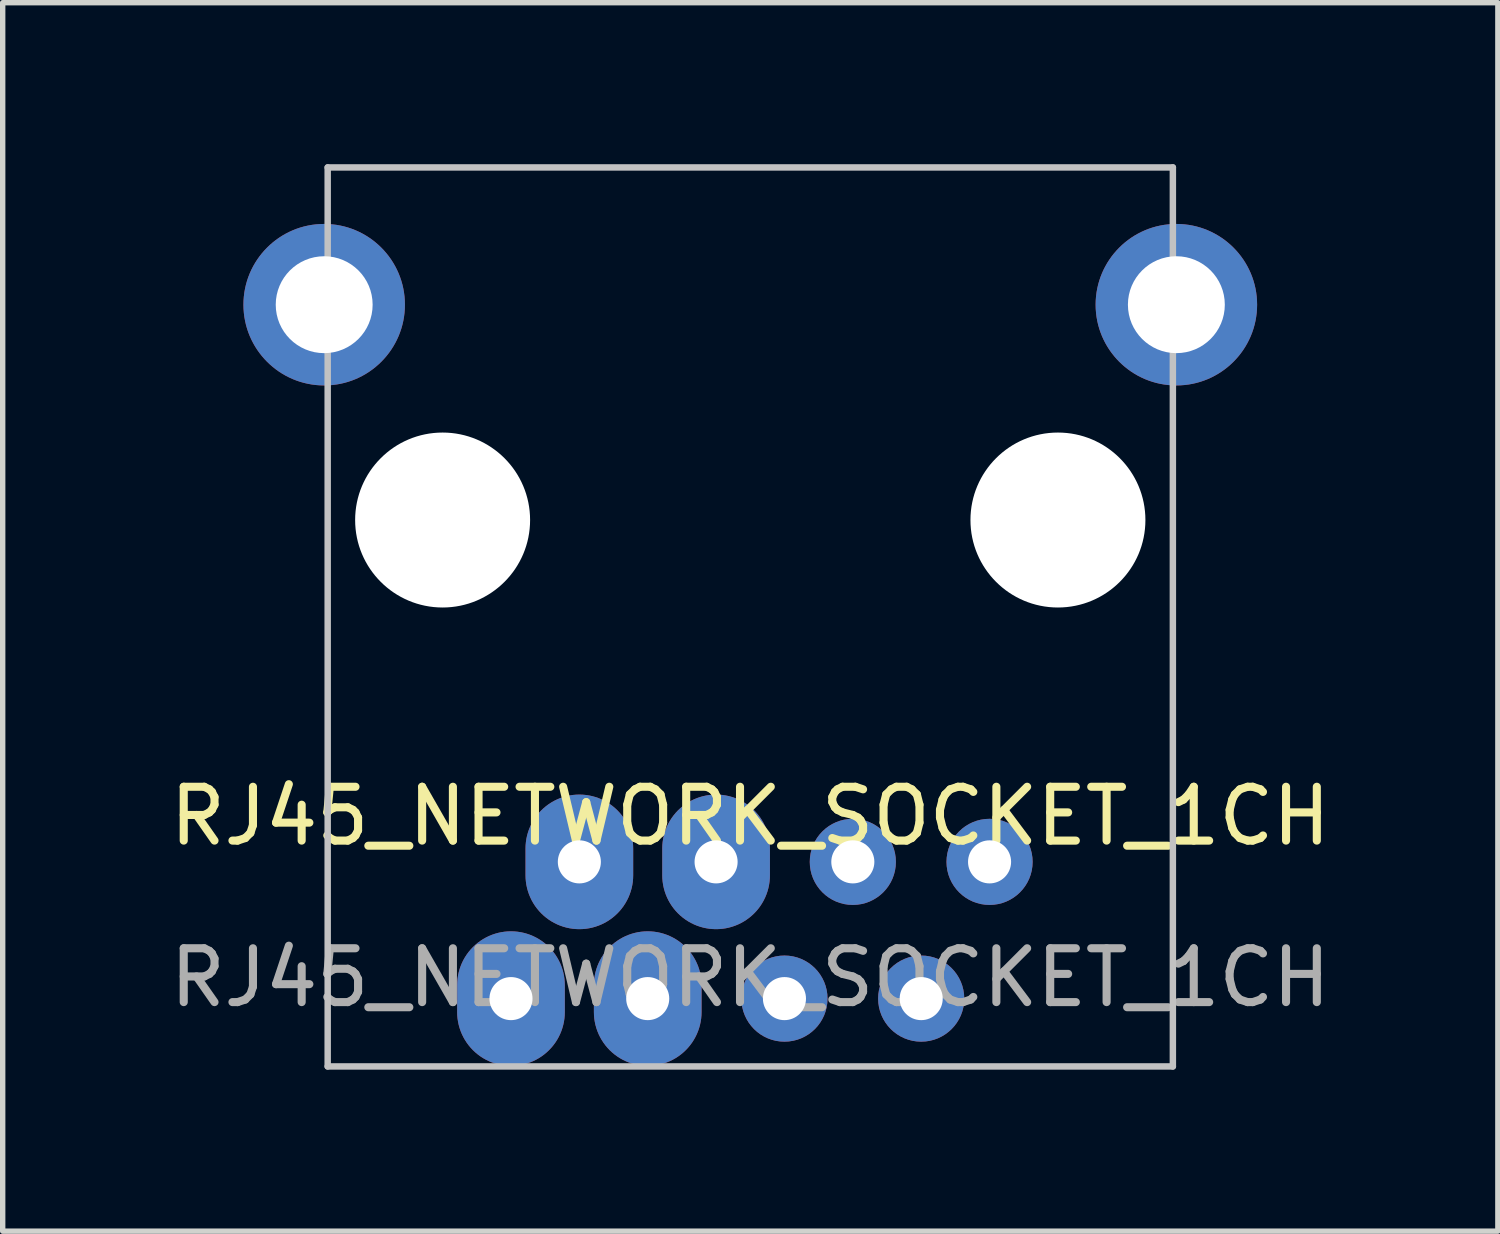
<source format=kicad_pcb>
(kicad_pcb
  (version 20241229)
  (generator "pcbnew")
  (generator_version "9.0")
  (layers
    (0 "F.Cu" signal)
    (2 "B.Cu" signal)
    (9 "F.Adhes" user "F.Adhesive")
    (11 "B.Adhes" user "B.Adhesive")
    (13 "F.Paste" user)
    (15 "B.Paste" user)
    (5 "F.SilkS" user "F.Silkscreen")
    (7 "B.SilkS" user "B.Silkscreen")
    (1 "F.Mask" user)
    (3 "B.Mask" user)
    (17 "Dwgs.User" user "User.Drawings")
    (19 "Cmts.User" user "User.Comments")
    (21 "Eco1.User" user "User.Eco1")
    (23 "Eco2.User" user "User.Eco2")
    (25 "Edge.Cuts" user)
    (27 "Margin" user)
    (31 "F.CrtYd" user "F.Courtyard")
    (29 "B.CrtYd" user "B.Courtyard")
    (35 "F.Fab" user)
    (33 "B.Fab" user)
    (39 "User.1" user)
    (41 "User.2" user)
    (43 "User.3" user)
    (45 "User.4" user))
  (footprint "RJ45_NETWORK_SOCKET_1CH"
    (layer "F.Cu")
    (at 10.887 6.61)
    (property "Reference" "RJ45_NETWORK_SOCKET_1CH" (at 0 5.5 0) (unlocked yes) (layer "F.SilkS") (effects (font (size 1 1) (thickness 0.15))))
    (attr through_hole)
    (fp_line (start -7.85 -6.55) (end 7.85 -6.55) (stroke (width 0.12) (type solid)) (layer "Dwgs.User"))
    (fp_line (start -7.85 10.15) (end -7.85 -6.55) (stroke (width 0.12) (type solid)) (layer "Dwgs.User"))
    (fp_line (start 7.85 -6.55) (end 7.85 10.15) (stroke (width 0.12) (type solid)) (layer "Dwgs.User"))
    (fp_line (start 7.85 10.15) (end -7.85 10.15) (stroke (width 0.12) (type solid)) (layer "Dwgs.User"))
    (fp_text user "${REFERENCE}" (at 0 8.5 0) (unlocked yes) (layer "F.Fab") (effects (font (size 1 1) (thickness 0.15))))
    (pad "" np_thru_hole circle (at -5.715 0) (size 3.25 3.25) (drill 3.25) (layers "*.Cu" "*.Mask"))
    (pad "" np_thru_hole circle (at 5.715 0) (size 3.25 3.25) (drill 3.25) (layers "*.Cu" "*.Mask"))
    (pad "1" thru_hole oval (at -4.445 8.89) (size 2 2.5) (drill 0.8) (layers "*.Cu" "*.Mask"))
    (pad "2" thru_hole oval (at -3.175 6.35) (size 2 2.5) (drill 0.8) (layers "*.Cu" "*.Mask"))
    (pad "3" thru_hole oval (at -1.905 8.89) (size 2 2.5) (drill 0.8) (layers "*.Cu" "*.Mask"))
    (pad "4" thru_hole oval (at -0.635 6.35) (size 2 2.5) (drill 0.8) (layers "*.Cu" "*.Mask"))
    (pad "5" thru_hole oval (at 0.635 8.89) (size 1.6 1.6) (drill 0.8) (layers "*.Cu" "*.Mask"))
    (pad "6" thru_hole oval (at 1.905 6.35) (size 1.6 1.6) (drill 0.8) (layers "*.Cu" "*.Mask"))
    (pad "7" thru_hole oval (at 3.175 8.89) (size 1.6 1.6) (drill 0.8) (layers "*.Cu" "*.Mask"))
    (pad "8" thru_hole oval (at 4.445 6.35) (size 1.6 1.6) (drill 0.8) (layers "*.Cu" "*.Mask"))
    (pad "9" thru_hole circle (at -7.915 -4) (size 3 3) (drill 1.8) (layers "*.Cu" "*.Mask"))
    (pad "10" thru_hole circle (at 7.915 -4) (size 3 3) (drill 1.8) (layers "*.Cu" "*.Mask")))
  (gr_rect
    (start -3 -3)
    (end 24.774 19.82)
    (stroke (width 0.1) (type default))
    (fill no)
    (layer "Edge.Cuts")))
</source>
